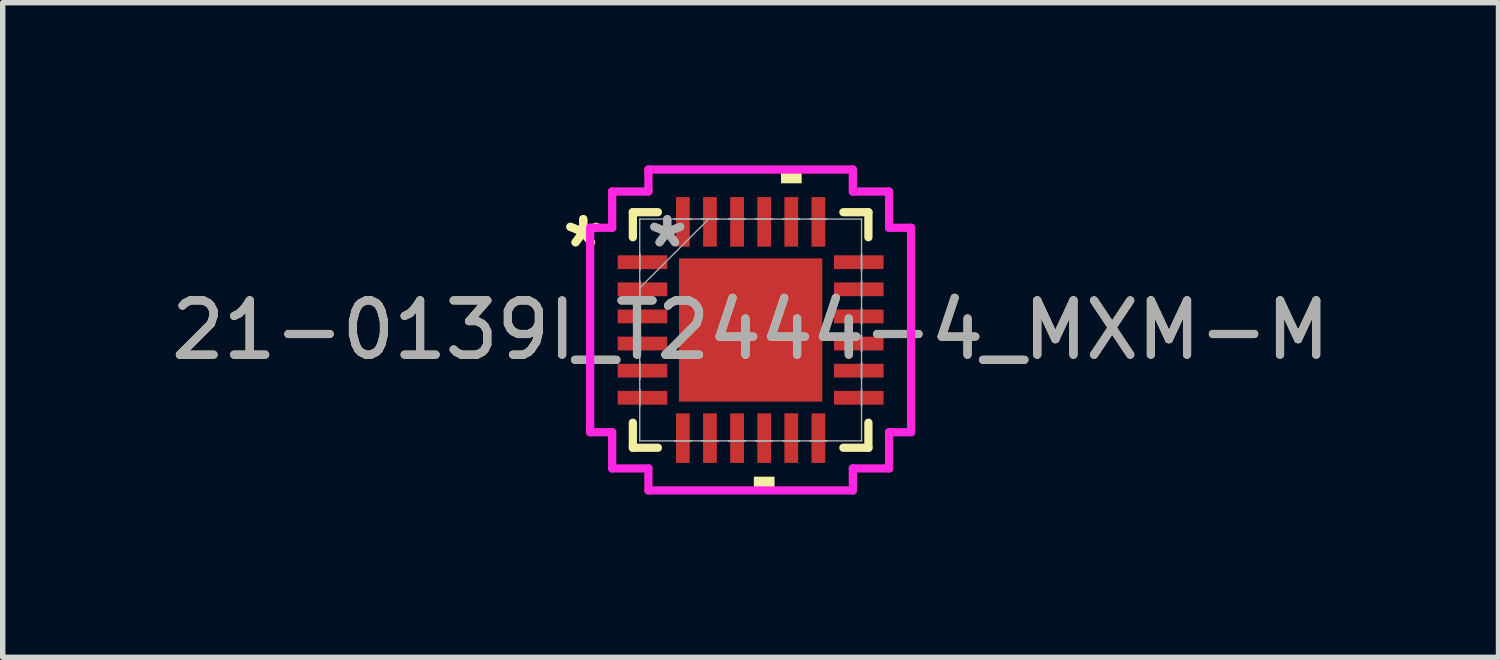
<source format=kicad_pcb>
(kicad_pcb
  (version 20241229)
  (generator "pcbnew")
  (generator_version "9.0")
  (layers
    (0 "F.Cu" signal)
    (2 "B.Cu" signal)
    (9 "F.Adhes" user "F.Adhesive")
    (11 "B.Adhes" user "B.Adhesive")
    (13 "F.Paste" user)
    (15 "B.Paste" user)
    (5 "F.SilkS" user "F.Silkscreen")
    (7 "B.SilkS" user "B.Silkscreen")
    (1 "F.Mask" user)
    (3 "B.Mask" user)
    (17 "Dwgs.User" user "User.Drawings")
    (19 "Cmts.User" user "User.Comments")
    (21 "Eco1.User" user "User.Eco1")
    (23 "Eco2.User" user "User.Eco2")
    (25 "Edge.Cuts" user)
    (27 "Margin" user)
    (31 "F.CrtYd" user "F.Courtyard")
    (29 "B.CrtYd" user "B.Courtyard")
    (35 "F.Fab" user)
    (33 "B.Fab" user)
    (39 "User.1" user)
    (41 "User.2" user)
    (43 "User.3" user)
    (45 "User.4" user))
  (footprint "21-0139I_T2444-4_MXM-M"
    (layer "F.Cu")
    (at 10.792 3.035)
    (property "Reference" "21-0139I_T2444-4_MXM-M" (at 0 0 0) (unlocked yes) (layer "F.SilkS") (effects (font (size 1 1) (thickness 0.15))))
    (attr smd)
    (fp_line (start -2.172 -2.172) (end -2.172 -1.71) (stroke (width 0.152) (type solid)) (layer "F.SilkS"))
    (fp_line (start -2.172 1.71) (end -2.172 2.172) (stroke (width 0.152) (type solid)) (layer "F.SilkS"))
    (fp_line (start -2.172 2.172) (end -1.71 2.172) (stroke (width 0.152) (type solid)) (layer "F.SilkS"))
    (fp_line (start -1.71 -2.172) (end -2.172 -2.172) (stroke (width 0.152) (type solid)) (layer "F.SilkS"))
    (fp_line (start 1.71 2.172) (end 2.172 2.172) (stroke (width 0.152) (type solid)) (layer "F.SilkS"))
    (fp_line (start 2.172 -2.172) (end 1.71 -2.172) (stroke (width 0.152) (type solid)) (layer "F.SilkS"))
    (fp_line (start 2.172 -1.71) (end 2.172 -2.172) (stroke (width 0.152) (type solid)) (layer "F.SilkS"))
    (fp_line (start 2.172 2.172) (end 2.172 1.71) (stroke (width 0.152) (type solid)) (layer "F.SilkS"))
    (fp_poly (pts (xy 0.059 2.705) (xy 0.059 2.959) (xy 0.441 2.959) (xy 0.441 2.705)) (stroke (width 0) (type solid)) (fill yes) (layer "F.SilkS"))
    (fp_poly (pts (xy 0.56 -2.705) (xy 0.56 -2.959) (xy 0.941 -2.959) (xy 0.941 -2.705)) (stroke (width 0) (type solid)) (fill yes) (layer "F.SilkS"))
    (fp_poly (pts (xy -1.221 -1.221) (xy -1.221 -0.1) (xy -0.1 -0.1) (xy -0.1 -1.221)) (stroke (width 0) (type solid)) (fill yes) (layer "F.Paste"))
    (fp_poly (pts (xy -1.221 0.1) (xy -1.221 1.221) (xy -0.1 1.221) (xy -0.1 0.1)) (stroke (width 0) (type solid)) (fill yes) (layer "F.Paste"))
    (fp_poly (pts (xy 0.1 -1.221) (xy 0.1 -0.1) (xy 1.221 -0.1) (xy 1.221 -1.221)) (stroke (width 0) (type solid)) (fill yes) (layer "F.Paste"))
    (fp_poly (pts (xy 0.1 0.1) (xy 0.1 1.221) (xy 1.221 1.221) (xy 1.221 0.1)) (stroke (width 0) (type solid)) (fill yes) (layer "F.Paste"))
    (fp_line (start -2.959 -1.885) (end -2.553 -1.885) (stroke (width 0.152) (type solid)) (layer "F.CrtYd"))
    (fp_line (start -2.959 1.885) (end -2.959 -1.885) (stroke (width 0.152) (type solid)) (layer "F.CrtYd"))
    (fp_line (start -2.553 -2.553) (end -1.885 -2.553) (stroke (width 0.152) (type solid)) (layer "F.CrtYd"))
    (fp_line (start -2.553 -1.885) (end -2.553 -2.553) (stroke (width 0.152) (type solid)) (layer "F.CrtYd"))
    (fp_line (start -2.553 1.885) (end -2.959 1.885) (stroke (width 0.152) (type solid)) (layer "F.CrtYd"))
    (fp_line (start -2.553 2.553) (end -2.553 1.885) (stroke (width 0.152) (type solid)) (layer "F.CrtYd"))
    (fp_line (start -1.885 -2.959) (end 1.885 -2.959) (stroke (width 0.152) (type solid)) (layer "F.CrtYd"))
    (fp_line (start -1.885 -2.553) (end -1.885 -2.959) (stroke (width 0.152) (type solid)) (layer "F.CrtYd"))
    (fp_line (start -1.885 2.553) (end -2.553 2.553) (stroke (width 0.152) (type solid)) (layer "F.CrtYd"))
    (fp_line (start -1.885 2.959) (end -1.885 2.553) (stroke (width 0.152) (type solid)) (layer "F.CrtYd"))
    (fp_line (start 1.885 -2.959) (end 1.885 -2.553) (stroke (width 0.152) (type solid)) (layer "F.CrtYd"))
    (fp_line (start 1.885 -2.553) (end 2.553 -2.553) (stroke (width 0.152) (type solid)) (layer "F.CrtYd"))
    (fp_line (start 1.885 2.553) (end 1.885 2.959) (stroke (width 0.152) (type solid)) (layer "F.CrtYd"))
    (fp_line (start 1.885 2.959) (end -1.885 2.959) (stroke (width 0.152) (type solid)) (layer "F.CrtYd"))
    (fp_line (start 2.553 -2.553) (end 2.553 -1.885) (stroke (width 0.152) (type solid)) (layer "F.CrtYd"))
    (fp_line (start 2.553 -1.885) (end 2.959 -1.885) (stroke (width 0.152) (type solid)) (layer "F.CrtYd"))
    (fp_line (start 2.553 1.885) (end 2.553 2.553) (stroke (width 0.152) (type solid)) (layer "F.CrtYd"))
    (fp_line (start 2.553 2.553) (end 1.885 2.553) (stroke (width 0.152) (type solid)) (layer "F.CrtYd"))
    (fp_line (start 2.959 -1.885) (end 2.959 1.885) (stroke (width 0.152) (type solid)) (layer "F.CrtYd"))
    (fp_line (start 2.959 1.885) (end 2.553 1.885) (stroke (width 0.152) (type solid)) (layer "F.CrtYd"))
    (fp_line (start -2.045 -2.045) (end -2.045 -2.045) (stroke (width 0.025) (type solid)) (layer "F.Fab"))
    (fp_line (start -2.045 -2.045) (end -2.045 2.045) (stroke (width 0.025) (type solid)) (layer "F.Fab"))
    (fp_line (start -2.045 -1.402) (end -2.045 -1.402) (stroke (width 0.025) (type solid)) (layer "F.Fab"))
    (fp_line (start -2.045 -1.402) (end -2.045 -1.098) (stroke (width 0.025) (type solid)) (layer "F.Fab"))
    (fp_line (start -2.045 -1.098) (end -2.045 -1.402) (stroke (width 0.025) (type solid)) (layer "F.Fab"))
    (fp_line (start -2.045 -1.098) (end -2.045 -1.098) (stroke (width 0.025) (type solid)) (layer "F.Fab"))
    (fp_line (start -2.045 -0.902) (end -2.045 -0.902) (stroke (width 0.025) (type solid)) (layer "F.Fab"))
    (fp_line (start -2.045 -0.902) (end -2.045 -0.598) (stroke (width 0.025) (type solid)) (layer "F.Fab"))
    (fp_line (start -2.045 -0.775) (end -0.775 -2.045) (stroke (width 0.025) (type solid)) (layer "F.Fab"))
    (fp_line (start -2.045 -0.598) (end -2.045 -0.902) (stroke (width 0.025) (type solid)) (layer "F.Fab"))
    (fp_line (start -2.045 -0.598) (end -2.045 -0.598) (stroke (width 0.025) (type solid)) (layer "F.Fab"))
    (fp_line (start -2.045 -0.402) (end -2.045 -0.402) (stroke (width 0.025) (type solid)) (layer "F.Fab"))
    (fp_line (start -2.045 -0.402) (end -2.045 -0.098) (stroke (width 0.025) (type solid)) (layer "F.Fab"))
    (fp_line (start -2.045 -0.098) (end -2.045 -0.402) (stroke (width 0.025) (type solid)) (layer "F.Fab"))
    (fp_line (start -2.045 -0.098) (end -2.045 -0.098) (stroke (width 0.025) (type solid)) (layer "F.Fab"))
    (fp_line (start -2.045 0.098) (end -2.045 0.098) (stroke (width 0.025) (type solid)) (layer "F.Fab"))
    (fp_line (start -2.045 0.098) (end -2.045 0.402) (stroke (width 0.025) (type solid)) (layer "F.Fab"))
    (fp_line (start -2.045 0.402) (end -2.045 0.098) (stroke (width 0.025) (type solid)) (layer "F.Fab"))
    (fp_line (start -2.045 0.402) (end -2.045 0.402) (stroke (width 0.025) (type solid)) (layer "F.Fab"))
    (fp_line (start -2.045 0.598) (end -2.045 0.598) (stroke (width 0.025) (type solid)) (layer "F.Fab"))
    (fp_line (start -2.045 0.598) (end -2.045 0.902) (stroke (width 0.025) (type solid)) (layer "F.Fab"))
    (fp_line (start -2.045 0.902) (end -2.045 0.598) (stroke (width 0.025) (type solid)) (layer "F.Fab"))
    (fp_line (start -2.045 0.902) (end -2.045 0.902) (stroke (width 0.025) (type solid)) (layer "F.Fab"))
    (fp_line (start -2.045 1.098) (end -2.045 1.098) (stroke (width 0.025) (type solid)) (layer "F.Fab"))
    (fp_line (start -2.045 1.098) (end -2.045 1.402) (stroke (width 0.025) (type solid)) (layer "F.Fab"))
    (fp_line (start -2.045 1.402) (end -2.045 1.098) (stroke (width 0.025) (type solid)) (layer "F.Fab"))
    (fp_line (start -2.045 1.402) (end -2.045 1.402) (stroke (width 0.025) (type solid)) (layer "F.Fab"))
    (fp_line (start -2.045 2.045) (end -2.045 2.045) (stroke (width 0.025) (type solid)) (layer "F.Fab"))
    (fp_line (start -2.045 2.045) (end 2.045 2.045) (stroke (width 0.025) (type solid)) (layer "F.Fab"))
    (fp_line (start -1.402 -2.045) (end -1.402 -2.045) (stroke (width 0.025) (type solid)) (layer "F.Fab"))
    (fp_line (start -1.402 -2.045) (end -1.098 -2.045) (stroke (width 0.025) (type solid)) (layer "F.Fab"))
    (fp_line (start -1.402 2.045) (end -1.402 2.045) (stroke (width 0.025) (type solid)) (layer "F.Fab"))
    (fp_line (start -1.402 2.045) (end -1.098 2.045) (stroke (width 0.025) (type solid)) (layer "F.Fab"))
    (fp_line (start -1.098 -2.045) (end -1.402 -2.045) (stroke (width 0.025) (type solid)) (layer "F.Fab"))
    (fp_line (start -1.098 -2.045) (end -1.098 -2.045) (stroke (width 0.025) (type solid)) (layer "F.Fab"))
    (fp_line (start -1.098 2.045) (end -1.402 2.045) (stroke (width 0.025) (type solid)) (layer "F.Fab"))
    (fp_line (start -1.098 2.045) (end -1.098 2.045) (stroke (width 0.025) (type solid)) (layer "F.Fab"))
    (fp_line (start -0.902 -2.045) (end -0.902 -2.045) (stroke (width 0.025) (type solid)) (layer "F.Fab"))
    (fp_line (start -0.902 -2.045) (end -0.598 -2.045) (stroke (width 0.025) (type solid)) (layer "F.Fab"))
    (fp_line (start -0.902 2.045) (end -0.902 2.045) (stroke (width 0.025) (type solid)) (layer "F.Fab"))
    (fp_line (start -0.902 2.045) (end -0.598 2.045) (stroke (width 0.025) (type solid)) (layer "F.Fab"))
    (fp_line (start -0.598 -2.045) (end -0.902 -2.045) (stroke (width 0.025) (type solid)) (layer "F.Fab"))
    (fp_line (start -0.598 -2.045) (end -0.598 -2.045) (stroke (width 0.025) (type solid)) (layer "F.Fab"))
    (fp_line (start -0.598 2.045) (end -0.902 2.045) (stroke (width 0.025) (type solid)) (layer "F.Fab"))
    (fp_line (start -0.598 2.045) (end -0.598 2.045) (stroke (width 0.025) (type solid)) (layer "F.Fab"))
    (fp_line (start -0.402 -2.045) (end -0.402 -2.045) (stroke (width 0.025) (type solid)) (layer "F.Fab"))
    (fp_line (start -0.402 -2.045) (end -0.098 -2.045) (stroke (width 0.025) (type solid)) (layer "F.Fab"))
    (fp_line (start -0.402 2.045) (end -0.402 2.045) (stroke (width 0.025) (type solid)) (layer "F.Fab"))
    (fp_line (start -0.402 2.045) (end -0.098 2.045) (stroke (width 0.025) (type solid)) (layer "F.Fab"))
    (fp_line (start -0.098 -2.045) (end -0.402 -2.045) (stroke (width 0.025) (type solid)) (layer "F.Fab"))
    (fp_line (start -0.098 -2.045) (end -0.098 -2.045) (stroke (width 0.025) (type solid)) (layer "F.Fab"))
    (fp_line (start -0.098 2.045) (end -0.402 2.045) (stroke (width 0.025) (type solid)) (layer "F.Fab"))
    (fp_line (start -0.098 2.045) (end -0.098 2.045) (stroke (width 0.025) (type solid)) (layer "F.Fab"))
    (fp_line (start 0.098 -2.045) (end 0.098 -2.045) (stroke (width 0.025) (type solid)) (layer "F.Fab"))
    (fp_line (start 0.098 -2.045) (end 0.402 -2.045) (stroke (width 0.025) (type solid)) (layer "F.Fab"))
    (fp_line (start 0.098 2.045) (end 0.098 2.045) (stroke (width 0.025) (type solid)) (layer "F.Fab"))
    (fp_line (start 0.098 2.045) (end 0.402 2.045) (stroke (width 0.025) (type solid)) (layer "F.Fab"))
    (fp_line (start 0.402 -2.045) (end 0.098 -2.045) (stroke (width 0.025) (type solid)) (layer "F.Fab"))
    (fp_line (start 0.402 -2.045) (end 0.402 -2.045) (stroke (width 0.025) (type solid)) (layer "F.Fab"))
    (fp_line (start 0.402 2.045) (end 0.098 2.045) (stroke (width 0.025) (type solid)) (layer "F.Fab"))
    (fp_line (start 0.402 2.045) (end 0.402 2.045) (stroke (width 0.025) (type solid)) (layer "F.Fab"))
    (fp_line (start 0.598 -2.045) (end 0.598 -2.045) (stroke (width 0.025) (type solid)) (layer "F.Fab"))
    (fp_line (start 0.598 -2.045) (end 0.902 -2.045) (stroke (width 0.025) (type solid)) (layer "F.Fab"))
    (fp_line (start 0.598 2.045) (end 0.598 2.045) (stroke (width 0.025) (type solid)) (layer "F.Fab"))
    (fp_line (start 0.598 2.045) (end 0.902 2.045) (stroke (width 0.025) (type solid)) (layer "F.Fab"))
    (fp_line (start 0.902 -2.045) (end 0.598 -2.045) (stroke (width 0.025) (type solid)) (layer "F.Fab"))
    (fp_line (start 0.902 -2.045) (end 0.902 -2.045) (stroke (width 0.025) (type solid)) (layer "F.Fab"))
    (fp_line (start 0.902 2.045) (end 0.598 2.045) (stroke (width 0.025) (type solid)) (layer "F.Fab"))
    (fp_line (start 0.902 2.045) (end 0.902 2.045) (stroke (width 0.025) (type solid)) (layer "F.Fab"))
    (fp_line (start 1.098 -2.045) (end 1.098 -2.045) (stroke (width 0.025) (type solid)) (layer "F.Fab"))
    (fp_line (start 1.098 -2.045) (end 1.402 -2.045) (stroke (width 0.025) (type solid)) (layer "F.Fab"))
    (fp_line (start 1.098 2.045) (end 1.098 2.045) (stroke (width 0.025) (type solid)) (layer "F.Fab"))
    (fp_line (start 1.098 2.045) (end 1.402 2.045) (stroke (width 0.025) (type solid)) (layer "F.Fab"))
    (fp_line (start 1.402 -2.045) (end 1.098 -2.045) (stroke (width 0.025) (type solid)) (layer "F.Fab"))
    (fp_line (start 1.402 -2.045) (end 1.402 -2.045) (stroke (width 0.025) (type solid)) (layer "F.Fab"))
    (fp_line (start 1.402 2.045) (end 1.098 2.045) (stroke (width 0.025) (type solid)) (layer "F.Fab"))
    (fp_line (start 1.402 2.045) (end 1.402 2.045) (stroke (width 0.025) (type solid)) (layer "F.Fab"))
    (fp_line (start 2.045 -2.045) (end -2.045 -2.045) (stroke (width 0.025) (type solid)) (layer "F.Fab"))
    (fp_line (start 2.045 -2.045) (end 2.045 -2.045) (stroke (width 0.025) (type solid)) (layer "F.Fab"))
    (fp_line (start 2.045 -1.402) (end 2.045 -1.402) (stroke (width 0.025) (type solid)) (layer "F.Fab"))
    (fp_line (start 2.045 -1.402) (end 2.045 -1.098) (stroke (width 0.025) (type solid)) (layer "F.Fab"))
    (fp_line (start 2.045 -1.098) (end 2.045 -1.402) (stroke (width 0.025) (type solid)) (layer "F.Fab"))
    (fp_line (start 2.045 -1.098) (end 2.045 -1.098) (stroke (width 0.025) (type solid)) (layer "F.Fab"))
    (fp_line (start 2.045 -0.902) (end 2.045 -0.902) (stroke (width 0.025) (type solid)) (layer "F.Fab"))
    (fp_line (start 2.045 -0.902) (end 2.045 -0.598) (stroke (width 0.025) (type solid)) (layer "F.Fab"))
    (fp_line (start 2.045 -0.598) (end 2.045 -0.902) (stroke (width 0.025) (type solid)) (layer "F.Fab"))
    (fp_line (start 2.045 -0.598) (end 2.045 -0.598) (stroke (width 0.025) (type solid)) (layer "F.Fab"))
    (fp_line (start 2.045 -0.402) (end 2.045 -0.402) (stroke (width 0.025) (type solid)) (layer "F.Fab"))
    (fp_line (start 2.045 -0.402) (end 2.045 -0.098) (stroke (width 0.025) (type solid)) (layer "F.Fab"))
    (fp_line (start 2.045 -0.098) (end 2.045 -0.402) (stroke (width 0.025) (type solid)) (layer "F.Fab"))
    (fp_line (start 2.045 -0.098) (end 2.045 -0.098) (stroke (width 0.025) (type solid)) (layer "F.Fab"))
    (fp_line (start 2.045 0.098) (end 2.045 0.098) (stroke (width 0.025) (type solid)) (layer "F.Fab"))
    (fp_line (start 2.045 0.098) (end 2.045 0.402) (stroke (width 0.025) (type solid)) (layer "F.Fab"))
    (fp_line (start 2.045 0.402) (end 2.045 0.098) (stroke (width 0.025) (type solid)) (layer "F.Fab"))
    (fp_line (start 2.045 0.402) (end 2.045 0.402) (stroke (width 0.025) (type solid)) (layer "F.Fab"))
    (fp_line (start 2.045 0.598) (end 2.045 0.598) (stroke (width 0.025) (type solid)) (layer "F.Fab"))
    (fp_line (start 2.045 0.598) (end 2.045 0.902) (stroke (width 0.025) (type solid)) (layer "F.Fab"))
    (fp_line (start 2.045 0.902) (end 2.045 0.598) (stroke (width 0.025) (type solid)) (layer "F.Fab"))
    (fp_line (start 2.045 0.902) (end 2.045 0.902) (stroke (width 0.025) (type solid)) (layer "F.Fab"))
    (fp_line (start 2.045 1.098) (end 2.045 1.098) (stroke (width 0.025) (type solid)) (layer "F.Fab"))
    (fp_line (start 2.045 1.098) (end 2.045 1.402) (stroke (width 0.025) (type solid)) (layer "F.Fab"))
    (fp_line (start 2.045 1.402) (end 2.045 1.098) (stroke (width 0.025) (type solid)) (layer "F.Fab"))
    (fp_line (start 2.045 1.402) (end 2.045 1.402) (stroke (width 0.025) (type solid)) (layer "F.Fab"))
    (fp_line (start 2.045 2.045) (end 2.045 -2.045) (stroke (width 0.025) (type solid)) (layer "F.Fab"))
    (fp_line (start 2.045 2.045) (end 2.045 2.045) (stroke (width 0.025) (type solid)) (layer "F.Fab"))
    (fp_text user "*" (at -3.086 -1.5 0) (layer "F.SilkS") (effects (font (size 1 1) (thickness 0.15))))
    (fp_text user "*" (at -3.086 -1.5 0) (unlocked yes) (layer "F.SilkS") (effects (font (size 1 1) (thickness 0.15))))
    (fp_text user "*" (at -1.537 -1.5 0) (layer "F.Fab") (effects (font (size 1 1) (thickness 0.15))))
    (fp_text user "*" (at -1.537 -1.5 0) (unlocked yes) (layer "F.Fab") (effects (font (size 1 1) (thickness 0.15))))
    (fp_text user "${REFERENCE}" (at 0 0 0) (unlocked yes) (layer "F.Fab") (effects (font (size 1 1) (thickness 0.15))))
    (pad "1" smd rect (at -1.994 -1.25 90) (size 0.254 0.914) (layers "F.Cu" "F.Mask" "F.Paste"))
    (pad "2" smd rect (at -1.994 -0.75 90) (size 0.254 0.914) (layers "F.Cu" "F.Mask" "F.Paste"))
    (pad "3" smd rect (at -1.994 -0.25 90) (size 0.254 0.914) (layers "F.Cu" "F.Mask" "F.Paste"))
    (pad "4" smd rect (at -1.994 0.25 90) (size 0.254 0.914) (layers "F.Cu" "F.Mask" "F.Paste"))
    (pad "5" smd rect (at -1.994 0.75 90) (size 0.254 0.914) (layers "F.Cu" "F.Mask" "F.Paste"))
    (pad "6" smd rect (at -1.994 1.25 90) (size 0.254 0.914) (layers "F.Cu" "F.Mask" "F.Paste"))
    (pad "7" smd rect (at -1.25 1.994) (size 0.254 0.914) (layers "F.Cu" "F.Mask" "F.Paste"))
    (pad "8" smd rect (at -0.75 1.994) (size 0.254 0.914) (layers "F.Cu" "F.Mask" "F.Paste"))
    (pad "9" smd rect (at -0.25 1.994) (size 0.254 0.914) (layers "F.Cu" "F.Mask" "F.Paste"))
    (pad "10" smd rect (at 0.25 1.994) (size 0.254 0.914) (layers "F.Cu" "F.Mask" "F.Paste"))
    (pad "11" smd rect (at 0.75 1.994) (size 0.254 0.914) (layers "F.Cu" "F.Mask" "F.Paste"))
    (pad "12" smd rect (at 1.25 1.994) (size 0.254 0.914) (layers "F.Cu" "F.Mask" "F.Paste"))
    (pad "13" smd rect (at 1.994 1.25 90) (size 0.254 0.914) (layers "F.Cu" "F.Mask" "F.Paste"))
    (pad "14" smd rect (at 1.994 0.75 90) (size 0.254 0.914) (layers "F.Cu" "F.Mask" "F.Paste"))
    (pad "15" smd rect (at 1.994 0.25 90) (size 0.254 0.914) (layers "F.Cu" "F.Mask" "F.Paste"))
    (pad "16" smd rect (at 1.994 -0.25 90) (size 0.254 0.914) (layers "F.Cu" "F.Mask" "F.Paste"))
    (pad "17" smd rect (at 1.994 -0.75 90) (size 0.254 0.914) (layers "F.Cu" "F.Mask" "F.Paste"))
    (pad "18" smd rect (at 1.994 -1.25 90) (size 0.254 0.914) (layers "F.Cu" "F.Mask" "F.Paste"))
    (pad "19" smd rect (at 1.25 -1.994) (size 0.254 0.914) (layers "F.Cu" "F.Mask" "F.Paste"))
    (pad "20" smd rect (at 0.75 -1.994) (size 0.254 0.914) (layers "F.Cu" "F.Mask" "F.Paste"))
    (pad "21" smd rect (at 0.25 -1.994) (size 0.254 0.914) (layers "F.Cu" "F.Mask" "F.Paste"))
    (pad "22" smd rect (at -0.25 -1.994) (size 0.254 0.914) (layers "F.Cu" "F.Mask" "F.Paste"))
    (pad "23" smd rect (at -0.75 -1.994) (size 0.254 0.914) (layers "F.Cu" "F.Mask" "F.Paste"))
    (pad "24" smd rect (at -1.25 -1.994) (size 0.254 0.914) (layers "F.Cu" "F.Mask" "F.Paste"))
    (pad "25" smd rect (at 0 0) (size 2.642 2.642) (layers "F.Cu" "F.Mask" "F.Paste")))
  (gr_rect
    (start -3 -3)
    (end 24.583 9.071)
    (stroke (width 0.1) (type default))
    (fill no)
    (layer "Edge.Cuts")))
</source>
